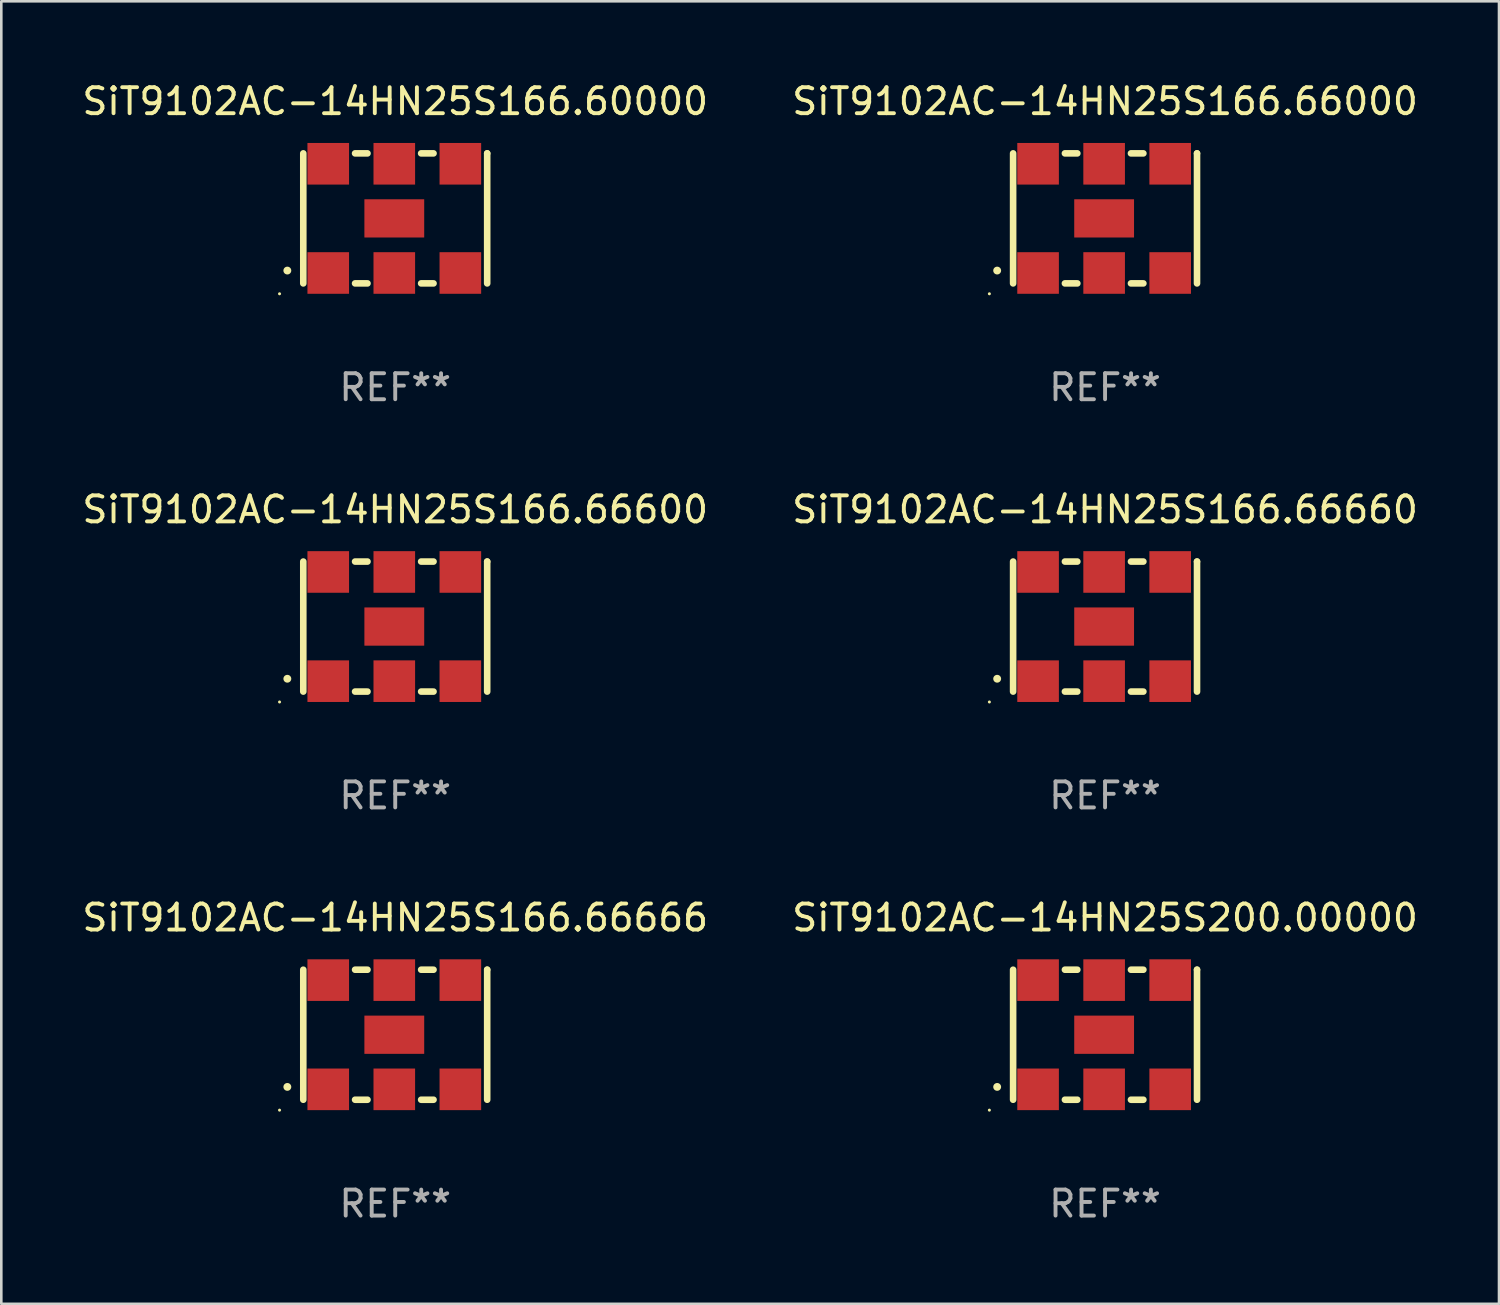
<source format=kicad_pcb>
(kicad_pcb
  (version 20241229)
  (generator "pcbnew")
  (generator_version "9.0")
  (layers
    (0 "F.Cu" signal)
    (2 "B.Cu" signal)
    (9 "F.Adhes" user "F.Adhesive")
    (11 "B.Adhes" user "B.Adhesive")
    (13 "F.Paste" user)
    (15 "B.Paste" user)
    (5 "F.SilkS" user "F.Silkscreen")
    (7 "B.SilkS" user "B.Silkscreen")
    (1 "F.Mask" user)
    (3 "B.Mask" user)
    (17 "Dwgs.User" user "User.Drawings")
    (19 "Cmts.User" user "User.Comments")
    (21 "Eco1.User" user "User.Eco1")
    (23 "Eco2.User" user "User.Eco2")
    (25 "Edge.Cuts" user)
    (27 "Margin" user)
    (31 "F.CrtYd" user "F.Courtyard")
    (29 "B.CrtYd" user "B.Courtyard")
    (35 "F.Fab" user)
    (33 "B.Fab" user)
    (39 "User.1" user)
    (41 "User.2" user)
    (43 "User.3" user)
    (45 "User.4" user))
  (footprint "SiT9102AC-14HN25S200.00000"
    (layer "F.Cu")
    (at 39.446 36.741)
    (property "Reference" "SiT9102AC-14HN25S200.00000" (at 0 -4.5 0) (layer "F.SilkS") (effects (font (size 1 1) (thickness 0.15))))
    (attr through_hole)
    (fp_line (start -3.536 -2.5) (end -3.536 2.5) (stroke (width 0.254) (type solid)) (layer "F.SilkS"))
    (fp_line (start -1.544 2.5) (end -1.067 2.5) (stroke (width 0.254) (type solid)) (layer "F.SilkS"))
    (fp_line (start -1.067 -2.5) (end -1.544 -2.5) (stroke (width 0.254) (type solid)) (layer "F.SilkS"))
    (fp_line (start 0.996 2.5) (end 1.473 2.5) (stroke (width 0.254) (type solid)) (layer "F.SilkS"))
    (fp_line (start 1.473 -2.5) (end 0.996 -2.5) (stroke (width 0.254) (type solid)) (layer "F.SilkS"))
    (fp_line (start 3.536 -2.5) (end 3.536 -2.5) (stroke (width 0.254) (type solid)) (layer "F.SilkS"))
    (fp_line (start 3.536 2.5) (end 3.536 -2.5) (stroke (width 0.254) (type solid)) (layer "F.SilkS"))
    (fp_arc (start -4.150432 2.006604) (mid -4.149162 2.006599) (end -4.147892 2.006604) (stroke (width 0.3) (type solid)) (layer "F.SilkS"))
    (fp_circle (center -4.449 2.9) (end -4.419 2.9) (stroke (width 0.06) (type solid)) (fill no) (layer "F.SilkS"))
    (fp_text user "REF**" (at 0 6.5 0) (layer "F.Fab") (effects (font (size 1 1) (thickness 0.15))))
    (pad "1" smd rect (at -2.576 2.1) (size 1.6 1.6) (layers "F.Cu" "F.Mask" "F.Paste"))
    (pad "2" smd rect (at -0.036 2.1) (size 1.6 1.6) (layers "F.Cu" "F.Mask" "F.Paste"))
    (pad "3" smd rect (at 2.504 2.1) (size 1.6 1.6) (layers "F.Cu" "F.Mask" "F.Paste"))
    (pad "4" smd rect (at 2.504 -2.1) (size 1.6 1.6) (layers "F.Cu" "F.Mask" "F.Paste"))
    (pad "5" smd rect (at -0.036 -2.1) (size 1.6 1.6) (layers "F.Cu" "F.Mask" "F.Paste"))
    (pad "6" smd rect (at -2.576 -2.1) (size 1.6 1.6) (layers "F.Cu" "F.Mask" "F.Paste"))
    (pad "7" smd rect (at -0.036 0) (size 2.3 1.47) (layers "F.Cu" "F.Mask" "F.Paste")))
  (footprint "SiT9102AC-14HN25S166.60000"
    (layer "F.Cu")
    (at 12.149 5.348)
    (property "Reference" "SiT9102AC-14HN25S166.60000" (at 0 -4.5 0) (layer "F.SilkS") (effects (font (size 1 1) (thickness 0.15))))
    (attr through_hole)
    (fp_line (start -3.536 -2.5) (end -3.536 2.5) (stroke (width 0.254) (type solid)) (layer "F.SilkS"))
    (fp_line (start -1.544 2.5) (end -1.067 2.5) (stroke (width 0.254) (type solid)) (layer "F.SilkS"))
    (fp_line (start -1.067 -2.5) (end -1.544 -2.5) (stroke (width 0.254) (type solid)) (layer "F.SilkS"))
    (fp_line (start 0.996 2.5) (end 1.473 2.5) (stroke (width 0.254) (type solid)) (layer "F.SilkS"))
    (fp_line (start 1.473 -2.5) (end 0.996 -2.5) (stroke (width 0.254) (type solid)) (layer "F.SilkS"))
    (fp_line (start 3.536 -2.5) (end 3.536 -2.5) (stroke (width 0.254) (type solid)) (layer "F.SilkS"))
    (fp_line (start 3.536 2.5) (end 3.536 -2.5) (stroke (width 0.254) (type solid)) (layer "F.SilkS"))
    (fp_arc (start -4.150432 2.006604) (mid -4.149162 2.006599) (end -4.147892 2.006604) (stroke (width 0.3) (type solid)) (layer "F.SilkS"))
    (fp_circle (center -4.449 2.9) (end -4.419 2.9) (stroke (width 0.06) (type solid)) (fill no) (layer "F.SilkS"))
    (fp_text user "REF**" (at 0 6.5 0) (layer "F.Fab") (effects (font (size 1 1) (thickness 0.15))))
    (pad "1" smd rect (at -2.576 2.1) (size 1.6 1.6) (layers "F.Cu" "F.Mask" "F.Paste"))
    (pad "2" smd rect (at -0.036 2.1) (size 1.6 1.6) (layers "F.Cu" "F.Mask" "F.Paste"))
    (pad "3" smd rect (at 2.504 2.1) (size 1.6 1.6) (layers "F.Cu" "F.Mask" "F.Paste"))
    (pad "4" smd rect (at 2.504 -2.1) (size 1.6 1.6) (layers "F.Cu" "F.Mask" "F.Paste"))
    (pad "5" smd rect (at -0.036 -2.1) (size 1.6 1.6) (layers "F.Cu" "F.Mask" "F.Paste"))
    (pad "6" smd rect (at -2.576 -2.1) (size 1.6 1.6) (layers "F.Cu" "F.Mask" "F.Paste"))
    (pad "7" smd rect (at -0.036 0) (size 2.3 1.47) (layers "F.Cu" "F.Mask" "F.Paste")))
  (footprint "SiT9102AC-14HN25S166.66000"
    (layer "F.Cu")
    (at 39.446 5.348)
    (property "Reference" "SiT9102AC-14HN25S166.66000" (at 0 -4.5 0) (layer "F.SilkS") (effects (font (size 1 1) (thickness 0.15))))
    (attr through_hole)
    (fp_line (start -3.536 -2.5) (end -3.536 2.5) (stroke (width 0.254) (type solid)) (layer "F.SilkS"))
    (fp_line (start -1.544 2.5) (end -1.067 2.5) (stroke (width 0.254) (type solid)) (layer "F.SilkS"))
    (fp_line (start -1.067 -2.5) (end -1.544 -2.5) (stroke (width 0.254) (type solid)) (layer "F.SilkS"))
    (fp_line (start 0.996 2.5) (end 1.473 2.5) (stroke (width 0.254) (type solid)) (layer "F.SilkS"))
    (fp_line (start 1.473 -2.5) (end 0.996 -2.5) (stroke (width 0.254) (type solid)) (layer "F.SilkS"))
    (fp_line (start 3.536 -2.5) (end 3.536 -2.5) (stroke (width 0.254) (type solid)) (layer "F.SilkS"))
    (fp_line (start 3.536 2.5) (end 3.536 -2.5) (stroke (width 0.254) (type solid)) (layer "F.SilkS"))
    (fp_arc (start -4.150432 2.006604) (mid -4.149162 2.006599) (end -4.147892 2.006604) (stroke (width 0.3) (type solid)) (layer "F.SilkS"))
    (fp_circle (center -4.449 2.9) (end -4.419 2.9) (stroke (width 0.06) (type solid)) (fill no) (layer "F.SilkS"))
    (fp_text user "REF**" (at 0 6.5 0) (layer "F.Fab") (effects (font (size 1 1) (thickness 0.15))))
    (pad "1" smd rect (at -2.576 2.1) (size 1.6 1.6) (layers "F.Cu" "F.Mask" "F.Paste"))
    (pad "2" smd rect (at -0.036 2.1) (size 1.6 1.6) (layers "F.Cu" "F.Mask" "F.Paste"))
    (pad "3" smd rect (at 2.504 2.1) (size 1.6 1.6) (layers "F.Cu" "F.Mask" "F.Paste"))
    (pad "4" smd rect (at 2.504 -2.1) (size 1.6 1.6) (layers "F.Cu" "F.Mask" "F.Paste"))
    (pad "5" smd rect (at -0.036 -2.1) (size 1.6 1.6) (layers "F.Cu" "F.Mask" "F.Paste"))
    (pad "6" smd rect (at -2.576 -2.1) (size 1.6 1.6) (layers "F.Cu" "F.Mask" "F.Paste"))
    (pad "7" smd rect (at -0.036 0) (size 2.3 1.47) (layers "F.Cu" "F.Mask" "F.Paste")))
  (footprint "SiT9102AC-14HN25S166.66660"
    (layer "F.Cu")
    (at 39.446 21.045)
    (property "Reference" "SiT9102AC-14HN25S166.66660" (at 0 -4.5 0) (layer "F.SilkS") (effects (font (size 1 1) (thickness 0.15))))
    (attr through_hole)
    (fp_line (start -3.536 -2.5) (end -3.536 2.5) (stroke (width 0.254) (type solid)) (layer "F.SilkS"))
    (fp_line (start -1.544 2.5) (end -1.067 2.5) (stroke (width 0.254) (type solid)) (layer "F.SilkS"))
    (fp_line (start -1.067 -2.5) (end -1.544 -2.5) (stroke (width 0.254) (type solid)) (layer "F.SilkS"))
    (fp_line (start 0.996 2.5) (end 1.473 2.5) (stroke (width 0.254) (type solid)) (layer "F.SilkS"))
    (fp_line (start 1.473 -2.5) (end 0.996 -2.5) (stroke (width 0.254) (type solid)) (layer "F.SilkS"))
    (fp_line (start 3.536 -2.5) (end 3.536 -2.5) (stroke (width 0.254) (type solid)) (layer "F.SilkS"))
    (fp_line (start 3.536 2.5) (end 3.536 -2.5) (stroke (width 0.254) (type solid)) (layer "F.SilkS"))
    (fp_arc (start -4.150432 2.006604) (mid -4.149162 2.006599) (end -4.147892 2.006604) (stroke (width 0.3) (type solid)) (layer "F.SilkS"))
    (fp_circle (center -4.449 2.9) (end -4.419 2.9) (stroke (width 0.06) (type solid)) (fill no) (layer "F.SilkS"))
    (fp_text user "REF**" (at 0 6.5 0) (layer "F.Fab") (effects (font (size 1 1) (thickness 0.15))))
    (pad "1" smd rect (at -2.576 2.1) (size 1.6 1.6) (layers "F.Cu" "F.Mask" "F.Paste"))
    (pad "2" smd rect (at -0.036 2.1) (size 1.6 1.6) (layers "F.Cu" "F.Mask" "F.Paste"))
    (pad "3" smd rect (at 2.504 2.1) (size 1.6 1.6) (layers "F.Cu" "F.Mask" "F.Paste"))
    (pad "4" smd rect (at 2.504 -2.1) (size 1.6 1.6) (layers "F.Cu" "F.Mask" "F.Paste"))
    (pad "5" smd rect (at -0.036 -2.1) (size 1.6 1.6) (layers "F.Cu" "F.Mask" "F.Paste"))
    (pad "6" smd rect (at -2.576 -2.1) (size 1.6 1.6) (layers "F.Cu" "F.Mask" "F.Paste"))
    (pad "7" smd rect (at -0.036 0) (size 2.3 1.47) (layers "F.Cu" "F.Mask" "F.Paste")))
  (footprint "SiT9102AC-14HN25S166.66666"
    (layer "F.Cu")
    (at 12.149 36.741)
    (property "Reference" "SiT9102AC-14HN25S166.66666" (at 0 -4.5 0) (layer "F.SilkS") (effects (font (size 1 1) (thickness 0.15))))
    (attr through_hole)
    (fp_line (start -3.536 -2.5) (end -3.536 2.5) (stroke (width 0.254) (type solid)) (layer "F.SilkS"))
    (fp_line (start -1.544 2.5) (end -1.067 2.5) (stroke (width 0.254) (type solid)) (layer "F.SilkS"))
    (fp_line (start -1.067 -2.5) (end -1.544 -2.5) (stroke (width 0.254) (type solid)) (layer "F.SilkS"))
    (fp_line (start 0.996 2.5) (end 1.473 2.5) (stroke (width 0.254) (type solid)) (layer "F.SilkS"))
    (fp_line (start 1.473 -2.5) (end 0.996 -2.5) (stroke (width 0.254) (type solid)) (layer "F.SilkS"))
    (fp_line (start 3.536 -2.5) (end 3.536 -2.5) (stroke (width 0.254) (type solid)) (layer "F.SilkS"))
    (fp_line (start 3.536 2.5) (end 3.536 -2.5) (stroke (width 0.254) (type solid)) (layer "F.SilkS"))
    (fp_arc (start -4.150432 2.006604) (mid -4.149162 2.006599) (end -4.147892 2.006604) (stroke (width 0.3) (type solid)) (layer "F.SilkS"))
    (fp_circle (center -4.449 2.9) (end -4.419 2.9) (stroke (width 0.06) (type solid)) (fill no) (layer "F.SilkS"))
    (fp_text user "REF**" (at 0 6.5 0) (layer "F.Fab") (effects (font (size 1 1) (thickness 0.15))))
    (pad "1" smd rect (at -2.576 2.1) (size 1.6 1.6) (layers "F.Cu" "F.Mask" "F.Paste"))
    (pad "2" smd rect (at -0.036 2.1) (size 1.6 1.6) (layers "F.Cu" "F.Mask" "F.Paste"))
    (pad "3" smd rect (at 2.504 2.1) (size 1.6 1.6) (layers "F.Cu" "F.Mask" "F.Paste"))
    (pad "4" smd rect (at 2.504 -2.1) (size 1.6 1.6) (layers "F.Cu" "F.Mask" "F.Paste"))
    (pad "5" smd rect (at -0.036 -2.1) (size 1.6 1.6) (layers "F.Cu" "F.Mask" "F.Paste"))
    (pad "6" smd rect (at -2.576 -2.1) (size 1.6 1.6) (layers "F.Cu" "F.Mask" "F.Paste"))
    (pad "7" smd rect (at -0.036 0) (size 2.3 1.47) (layers "F.Cu" "F.Mask" "F.Paste")))
  (footprint "SiT9102AC-14HN25S166.66600"
    (layer "F.Cu")
    (at 12.149 21.045)
    (property "Reference" "SiT9102AC-14HN25S166.66600" (at 0 -4.5 0) (layer "F.SilkS") (effects (font (size 1 1) (thickness 0.15))))
    (attr through_hole)
    (fp_line (start -3.536 -2.5) (end -3.536 2.5) (stroke (width 0.254) (type solid)) (layer "F.SilkS"))
    (fp_line (start -1.544 2.5) (end -1.067 2.5) (stroke (width 0.254) (type solid)) (layer "F.SilkS"))
    (fp_line (start -1.067 -2.5) (end -1.544 -2.5) (stroke (width 0.254) (type solid)) (layer "F.SilkS"))
    (fp_line (start 0.996 2.5) (end 1.473 2.5) (stroke (width 0.254) (type solid)) (layer "F.SilkS"))
    (fp_line (start 1.473 -2.5) (end 0.996 -2.5) (stroke (width 0.254) (type solid)) (layer "F.SilkS"))
    (fp_line (start 3.536 -2.5) (end 3.536 -2.5) (stroke (width 0.254) (type solid)) (layer "F.SilkS"))
    (fp_line (start 3.536 2.5) (end 3.536 -2.5) (stroke (width 0.254) (type solid)) (layer "F.SilkS"))
    (fp_arc (start -4.150432 2.006604) (mid -4.149162 2.006599) (end -4.147892 2.006604) (stroke (width 0.3) (type solid)) (layer "F.SilkS"))
    (fp_circle (center -4.449 2.9) (end -4.419 2.9) (stroke (width 0.06) (type solid)) (fill no) (layer "F.SilkS"))
    (fp_text user "REF**" (at 0 6.5 0) (layer "F.Fab") (effects (font (size 1 1) (thickness 0.15))))
    (pad "1" smd rect (at -2.576 2.1) (size 1.6 1.6) (layers "F.Cu" "F.Mask" "F.Paste"))
    (pad "2" smd rect (at -0.036 2.1) (size 1.6 1.6) (layers "F.Cu" "F.Mask" "F.Paste"))
    (pad "3" smd rect (at 2.504 2.1) (size 1.6 1.6) (layers "F.Cu" "F.Mask" "F.Paste"))
    (pad "4" smd rect (at 2.504 -2.1) (size 1.6 1.6) (layers "F.Cu" "F.Mask" "F.Paste"))
    (pad "5" smd rect (at -0.036 -2.1) (size 1.6 1.6) (layers "F.Cu" "F.Mask" "F.Paste"))
    (pad "6" smd rect (at -2.576 -2.1) (size 1.6 1.6) (layers "F.Cu" "F.Mask" "F.Paste"))
    (pad "7" smd rect (at -0.036 0) (size 2.3 1.47) (layers "F.Cu" "F.Mask" "F.Paste")))
  (gr_rect
    (start -3 -3)
    (end 54.595 47.09)
    (stroke (width 0.1) (type default))
    (fill no)
    (layer "Edge.Cuts")))
</source>
